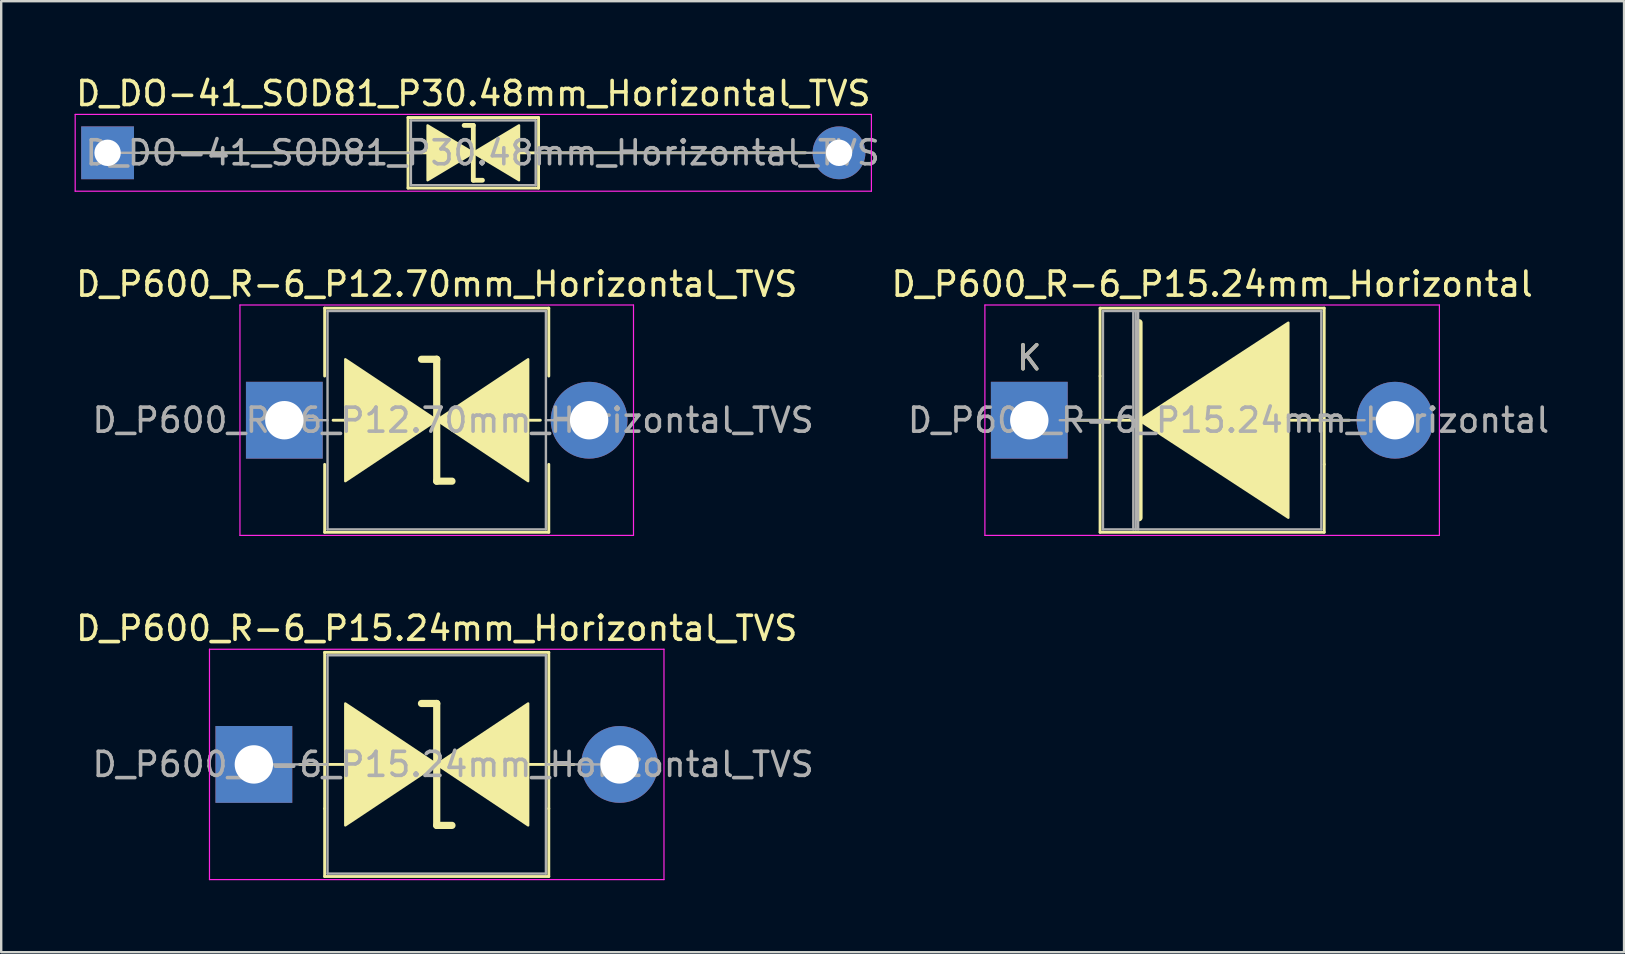
<source format=kicad_pcb>
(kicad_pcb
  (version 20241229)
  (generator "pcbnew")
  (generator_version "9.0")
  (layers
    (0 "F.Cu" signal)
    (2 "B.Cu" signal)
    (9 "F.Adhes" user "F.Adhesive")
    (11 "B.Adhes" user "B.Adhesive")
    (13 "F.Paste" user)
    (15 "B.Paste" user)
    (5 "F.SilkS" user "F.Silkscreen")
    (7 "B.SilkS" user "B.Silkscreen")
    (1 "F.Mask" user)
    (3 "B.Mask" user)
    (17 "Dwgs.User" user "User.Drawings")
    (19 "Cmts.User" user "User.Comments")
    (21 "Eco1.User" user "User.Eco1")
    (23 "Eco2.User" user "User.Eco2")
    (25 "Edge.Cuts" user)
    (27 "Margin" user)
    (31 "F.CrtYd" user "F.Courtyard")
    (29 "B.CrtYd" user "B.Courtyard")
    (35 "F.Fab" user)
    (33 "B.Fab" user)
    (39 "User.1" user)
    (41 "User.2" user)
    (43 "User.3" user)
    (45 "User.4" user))
  (footprint "D_P600_R-6_P15.24mm_Horizontal_TVS"
    (layer "F.Cu")
    (at 7.529 28.805)
    (property "Reference" "D_P600_R-6_P15.24mm_Horizontal_TVS" (at 7.62 -5.67 0) (layer "F.SilkS") (effects (font (size 1 1) (thickness 0.15))))
    (attr through_hole)
    (fp_line (start 1.905 0) (end 3.81 0) (stroke (width 0.12) (type solid)) (layer "F.SilkS"))
    (fp_line (start 2.95 -4.67) (end 12.29 -4.67) (stroke (width 0.12) (type solid)) (layer "F.SilkS"))
    (fp_line (start 2.95 1.84) (end 2.95 -4.67) (stroke (width 0.12) (type solid)) (layer "F.SilkS"))
    (fp_line (start 2.95 1.84) (end 2.95 4.67) (stroke (width 0.12) (type solid)) (layer "F.SilkS"))
    (fp_line (start 2.95 4.67) (end 12.29 4.67) (stroke (width 0.12) (type solid)) (layer "F.SilkS"))
    (fp_line (start 7.62 -2.54) (end 6.985 -2.54) (stroke (width 0.3) (type solid)) (layer "F.SilkS"))
    (fp_line (start 7.62 2.54) (end 7.62 -2.54) (stroke (width 0.3) (type solid)) (layer "F.SilkS"))
    (fp_line (start 8.255 2.54) (end 7.62 2.54) (stroke (width 0.3) (type solid)) (layer "F.SilkS"))
    (fp_line (start 12.29 -4.67) (end 12.29 1.84) (stroke (width 0.12) (type solid)) (layer "F.SilkS"))
    (fp_line (start 12.29 4.67) (end 12.29 1.84) (stroke (width 0.12) (type solid)) (layer "F.SilkS"))
    (fp_line (start 13.335 0) (end 11.43 0) (stroke (width 0.12) (type solid)) (layer "F.SilkS"))
    (fp_poly (pts (xy 7.62 0) (xy 3.81 2.54) (xy 3.81 -2.54)) (stroke (width 0.1) (type solid)) (fill yes) (layer "F.SilkS"))
    (fp_poly (pts (xy 7.62 0) (xy 11.43 -2.54) (xy 11.43 2.54)) (stroke (width 0.1) (type solid)) (fill yes) (layer "F.SilkS"))
    (fp_line (start -1.85 -4.8) (end -1.85 4.8) (stroke (width 0.05) (type solid)) (layer "F.CrtYd"))
    (fp_line (start -1.85 4.8) (end 17.09 4.8) (stroke (width 0.05) (type solid)) (layer "F.CrtYd"))
    (fp_line (start 17.09 -4.8) (end -1.85 -4.8) (stroke (width 0.05) (type solid)) (layer "F.CrtYd"))
    (fp_line (start 17.09 4.8) (end 17.09 -4.8) (stroke (width 0.05) (type solid)) (layer "F.CrtYd"))
    (fp_line (start 0 0) (end 3.07 0) (stroke (width 0.1) (type solid)) (layer "F.Fab"))
    (fp_line (start 3.07 -4.55) (end 3.07 4.55) (stroke (width 0.1) (type solid)) (layer "F.Fab"))
    (fp_line (start 3.07 4.55) (end 12.17 4.55) (stroke (width 0.1) (type solid)) (layer "F.Fab"))
    (fp_line (start 12.17 -4.55) (end 3.07 -4.55) (stroke (width 0.1) (type solid)) (layer "F.Fab"))
    (fp_line (start 12.17 4.55) (end 12.17 -4.55) (stroke (width 0.1) (type solid)) (layer "F.Fab"))
    (fp_line (start 15.24 0) (end 12.17 0) (stroke (width 0.1) (type solid)) (layer "F.Fab"))
    (fp_text user "${REFERENCE}" (at 8.303 0 0) (layer "F.Fab") (effects (font (size 1 1) (thickness 0.15))))
    (pad "1" thru_hole rect (at 0 0) (size 3.2 3.2) (drill 1.6) (layers "*.Cu" "*.Mask"))
    (pad "2" thru_hole oval (at 15.24 0) (size 3.2 3.2) (drill 1.6) (layers "*.Cu" "*.Mask")))
  (footprint "D_P600_R-6_P12.70mm_Horizontal_TVS"
    (layer "F.Cu")
    (at 8.799 14.461)
    (property "Reference" "D_P600_R-6_P12.70mm_Horizontal_TVS" (at 6.35 -5.67 0) (layer "F.SilkS") (effects (font (size 1 1) (thickness 0.15))))
    (attr through_hole)
    (fp_line (start 1.68 -4.67) (end 11.02 -4.67) (stroke (width 0.12) (type solid)) (layer "F.SilkS"))
    (fp_line (start 1.68 -1.84) (end 1.68 -4.67) (stroke (width 0.12) (type solid)) (layer "F.SilkS"))
    (fp_line (start 1.68 1.84) (end 1.68 4.67) (stroke (width 0.12) (type solid)) (layer "F.SilkS"))
    (fp_line (start 1.68 4.67) (end 11.02 4.67) (stroke (width 0.12) (type solid)) (layer "F.SilkS"))
    (fp_line (start 2.032 0) (end 2.54 0) (stroke (width 0.12) (type solid)) (layer "F.SilkS"))
    (fp_line (start 6.35 -2.54) (end 5.715 -2.54) (stroke (width 0.3) (type solid)) (layer "F.SilkS"))
    (fp_line (start 6.35 2.54) (end 6.35 -2.54) (stroke (width 0.3) (type solid)) (layer "F.SilkS"))
    (fp_line (start 6.985 2.54) (end 6.35 2.54) (stroke (width 0.3) (type solid)) (layer "F.SilkS"))
    (fp_line (start 10.668 0) (end 10.16 0) (stroke (width 0.12) (type solid)) (layer "F.SilkS"))
    (fp_line (start 11.02 -4.67) (end 11.02 -1.84) (stroke (width 0.12) (type solid)) (layer "F.SilkS"))
    (fp_line (start 11.02 4.67) (end 11.02 1.84) (stroke (width 0.12) (type solid)) (layer "F.SilkS"))
    (fp_poly (pts (xy 6.35 0) (xy 2.54 2.54) (xy 2.54 -2.54)) (stroke (width 0.1) (type solid)) (fill yes) (layer "F.SilkS"))
    (fp_poly (pts (xy 6.35 0) (xy 10.16 -2.54) (xy 10.16 2.54)) (stroke (width 0.1) (type solid)) (fill yes) (layer "F.SilkS"))
    (fp_line (start -1.85 -4.8) (end -1.85 4.8) (stroke (width 0.05) (type solid)) (layer "F.CrtYd"))
    (fp_line (start -1.85 4.8) (end 14.55 4.8) (stroke (width 0.05) (type solid)) (layer "F.CrtYd"))
    (fp_line (start 14.55 -4.8) (end -1.85 -4.8) (stroke (width 0.05) (type solid)) (layer "F.CrtYd"))
    (fp_line (start 14.55 4.8) (end 14.55 -4.8) (stroke (width 0.05) (type solid)) (layer "F.CrtYd"))
    (fp_line (start 0 0) (end 1.8 0) (stroke (width 0.1) (type solid)) (layer "F.Fab"))
    (fp_line (start 1.8 -4.55) (end 1.8 4.55) (stroke (width 0.1) (type solid)) (layer "F.Fab"))
    (fp_line (start 1.8 4.55) (end 10.9 4.55) (stroke (width 0.1) (type solid)) (layer "F.Fab"))
    (fp_line (start 10.9 -4.55) (end 1.8 -4.55) (stroke (width 0.1) (type solid)) (layer "F.Fab"))
    (fp_line (start 10.9 4.55) (end 10.9 -4.55) (stroke (width 0.1) (type solid)) (layer "F.Fab"))
    (fp_line (start 12.7 0) (end 10.9 0) (stroke (width 0.1) (type solid)) (layer "F.Fab"))
    (fp_text user "${REFERENCE}" (at 7.032 0 0) (layer "F.Fab") (effects (font (size 1 1) (thickness 0.15))))
    (pad "1" thru_hole rect (at 0 0) (size 3.2 3.2) (drill 1.6) (layers "*.Cu" "*.Mask"))
    (pad "2" thru_hole oval (at 12.7 0) (size 3.2 3.2) (drill 1.6) (layers "*.Cu" "*.Mask")))
  (footprint "D_P600_R-6_P15.24mm_Horizontal"
    (layer "F.Cu")
    (at 39.842 14.461)
    (property "Reference" "D_P600_R-6_P15.24mm_Horizontal" (at 7.62 -5.67 0) (layer "F.SilkS") (effects (font (size 1 1) (thickness 0.15))))
    (attr through_hole)
    (fp_line (start 2.95 -4.67) (end 12.29 -4.67) (stroke (width 0.12) (type solid)) (layer "F.SilkS"))
    (fp_line (start 2.95 -1.84) (end 2.95 -4.67) (stroke (width 0.12) (type solid)) (layer "F.SilkS"))
    (fp_line (start 2.95 -1.84) (end 2.95 4.67) (stroke (width 0.12) (type solid)) (layer "F.SilkS"))
    (fp_line (start 2.95 4.67) (end 12.29 4.67) (stroke (width 0.12) (type solid)) (layer "F.SilkS"))
    (fp_line (start 4.445 0) (end 1.905 0) (stroke (width 0.12) (type solid)) (layer "F.SilkS"))
    (fp_line (start 4.572 -4.064) (end 4.572 4.064) (stroke (width 0.3) (type solid)) (layer "F.SilkS"))
    (fp_line (start 10.668 0) (end 13.335 0) (stroke (width 0.12) (type solid)) (layer "F.SilkS"))
    (fp_line (start 12.29 -4.67) (end 12.29 1.84) (stroke (width 0.12) (type solid)) (layer "F.SilkS"))
    (fp_line (start 12.29 4.67) (end 12.29 1.84) (stroke (width 0.12) (type solid)) (layer "F.SilkS"))
    (fp_poly (pts (xy 10.795 4.064) (xy 4.572 0) (xy 10.795 -4.064)) (stroke (width 0.1) (type solid)) (fill yes) (layer "F.SilkS"))
    (fp_line (start -1.85 -4.8) (end -1.85 4.8) (stroke (width 0.05) (type solid)) (layer "F.CrtYd"))
    (fp_line (start -1.85 4.8) (end 17.09 4.8) (stroke (width 0.05) (type solid)) (layer "F.CrtYd"))
    (fp_line (start 17.09 -4.8) (end -1.85 -4.8) (stroke (width 0.05) (type solid)) (layer "F.CrtYd"))
    (fp_line (start 17.09 4.8) (end 17.09 -4.8) (stroke (width 0.05) (type solid)) (layer "F.CrtYd"))
    (fp_line (start 1.27 0) (end 3.07 0) (stroke (width 0.1) (type solid)) (layer "F.Fab"))
    (fp_line (start 3.07 -4.55) (end 3.07 4.55) (stroke (width 0.1) (type solid)) (layer "F.Fab"))
    (fp_line (start 3.07 4.55) (end 12.17 4.55) (stroke (width 0.1) (type solid)) (layer "F.Fab"))
    (fp_line (start 4.335 -4.55) (end 4.335 4.55) (stroke (width 0.1) (type solid)) (layer "F.Fab"))
    (fp_line (start 4.435 -4.55) (end 4.435 4.55) (stroke (width 0.1) (type solid)) (layer "F.Fab"))
    (fp_line (start 4.535 -4.55) (end 4.535 4.55) (stroke (width 0.1) (type solid)) (layer "F.Fab"))
    (fp_line (start 12.17 -4.55) (end 3.07 -4.55) (stroke (width 0.1) (type solid)) (layer "F.Fab"))
    (fp_line (start 12.17 4.55) (end 12.17 -4.55) (stroke (width 0.1) (type solid)) (layer "F.Fab"))
    (fp_line (start 13.97 0) (end 12.17 0) (stroke (width 0.1) (type solid)) (layer "F.Fab"))
    (fp_text user "K" (at 0 -2.6 0) (layer "F.SilkS") (effects (font (size 1 1) (thickness 0.15))))
    (fp_text user "${REFERENCE}" (at 8.303 0 0) (layer "F.Fab") (effects (font (size 1 1) (thickness 0.15))))
    (fp_text user "K" (at 0 -2.6 0) (layer "F.Fab") (effects (font (size 1 1) (thickness 0.15))))
    (pad "1" thru_hole rect (at 0 0) (size 3.2 3.2) (drill 1.6) (layers "*.Cu" "*.Mask"))
    (pad "2" thru_hole oval (at 15.24 0) (size 3.2 3.2) (drill 1.6) (layers "*.Cu" "*.Mask")))
  (footprint "D_DO-41_SOD81_P30.48mm_Horizontal_TVS"
    (layer "F.Cu")
    (at 1.433 3.318)
    (property "Reference" "D_DO-41_SOD81_P30.48mm_Horizontal_TVS" (at 15.24 -2.47 0) (layer "F.SilkS") (effects (font (size 1 1) (thickness 0.15))))
    (fp_line (start 1.397 0) (end 12.52 0) (stroke (width 0.12) (type solid)) (layer "F.SilkS"))
    (fp_line (start 12.52 -1.47) (end 12.52 1.47) (stroke (width 0.12) (type solid)) (layer "F.SilkS"))
    (fp_line (start 12.52 0) (end 13.335 0) (stroke (width 0.12) (type solid)) (layer "F.SilkS"))
    (fp_line (start 12.52 1.47) (end 17.96 1.47) (stroke (width 0.12) (type solid)) (layer "F.SilkS"))
    (fp_line (start 15.24 -1.143) (end 14.859 -1.143) (stroke (width 0.2) (type solid)) (layer "F.SilkS"))
    (fp_line (start 15.24 1.143) (end 15.24 -1.143) (stroke (width 0.2) (type solid)) (layer "F.SilkS"))
    (fp_line (start 15.621 1.143) (end 15.24 1.143) (stroke (width 0.2) (type solid)) (layer "F.SilkS"))
    (fp_line (start 17.145 0) (end 17.96 0) (stroke (width 0.12) (type solid)) (layer "F.SilkS"))
    (fp_line (start 17.96 -1.47) (end 12.52 -1.47) (stroke (width 0.12) (type solid)) (layer "F.SilkS"))
    (fp_line (start 17.96 1.47) (end 17.96 -1.47) (stroke (width 0.12) (type solid)) (layer "F.SilkS"))
    (fp_line (start 29.083 0) (end 17.96 0) (stroke (width 0.12) (type solid)) (layer "F.SilkS"))
    (fp_poly (pts (xy 15.24 0) (xy 13.335 1.143) (xy 13.335 -1.143)) (stroke (width 0.1) (type solid)) (fill yes) (layer "F.SilkS"))
    (fp_poly (pts (xy 15.24 0) (xy 17.145 -1.143) (xy 17.145 1.143)) (stroke (width 0.1) (type solid)) (fill yes) (layer "F.SilkS"))
    (fp_line (start -1.35 -1.6) (end -1.35 1.6) (stroke (width 0.05) (type solid)) (layer "F.CrtYd"))
    (fp_line (start -1.35 1.6) (end 31.83 1.6) (stroke (width 0.05) (type solid)) (layer "F.CrtYd"))
    (fp_line (start 31.83 -1.6) (end -1.35 -1.6) (stroke (width 0.05) (type solid)) (layer "F.CrtYd"))
    (fp_line (start 31.83 1.6) (end 31.83 -1.6) (stroke (width 0.05) (type solid)) (layer "F.CrtYd"))
    (fp_line (start 0 0) (end 12.64 0) (stroke (width 0.1) (type solid)) (layer "F.Fab"))
    (fp_line (start 12.64 -1.35) (end 12.64 1.35) (stroke (width 0.1) (type solid)) (layer "F.Fab"))
    (fp_line (start 12.64 1.35) (end 17.84 1.35) (stroke (width 0.1) (type solid)) (layer "F.Fab"))
    (fp_line (start 17.84 -1.35) (end 12.64 -1.35) (stroke (width 0.1) (type solid)) (layer "F.Fab"))
    (fp_line (start 17.84 1.35) (end 17.84 -1.35) (stroke (width 0.1) (type solid)) (layer "F.Fab"))
    (fp_line (start 30.48 0) (end 17.84 0) (stroke (width 0.1) (type solid)) (layer "F.Fab"))
    (fp_text user "${REFERENCE}" (at 15.63 0 0) (layer "F.Fab") (effects (font (size 1 1) (thickness 0.15))))
    (pad "1" thru_hole rect (at 0 0) (size 2.2 2.2) (drill 1.1) (layers "*.Cu" "*.Mask"))
    (pad "2" thru_hole oval (at 30.48 0) (size 2.2 2.2) (drill 1.1) (layers "*.Cu" "*.Mask")))
  (gr_rect
    (start -3 -3)
    (end 64.627 36.63)
    (stroke (width 0.1) (type default))
    (fill no)
    (layer "Edge.Cuts")))
</source>
